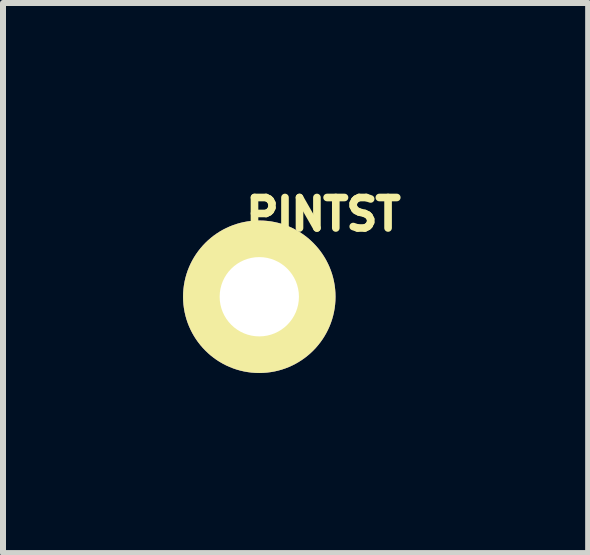
<source format=kicad_pcb>
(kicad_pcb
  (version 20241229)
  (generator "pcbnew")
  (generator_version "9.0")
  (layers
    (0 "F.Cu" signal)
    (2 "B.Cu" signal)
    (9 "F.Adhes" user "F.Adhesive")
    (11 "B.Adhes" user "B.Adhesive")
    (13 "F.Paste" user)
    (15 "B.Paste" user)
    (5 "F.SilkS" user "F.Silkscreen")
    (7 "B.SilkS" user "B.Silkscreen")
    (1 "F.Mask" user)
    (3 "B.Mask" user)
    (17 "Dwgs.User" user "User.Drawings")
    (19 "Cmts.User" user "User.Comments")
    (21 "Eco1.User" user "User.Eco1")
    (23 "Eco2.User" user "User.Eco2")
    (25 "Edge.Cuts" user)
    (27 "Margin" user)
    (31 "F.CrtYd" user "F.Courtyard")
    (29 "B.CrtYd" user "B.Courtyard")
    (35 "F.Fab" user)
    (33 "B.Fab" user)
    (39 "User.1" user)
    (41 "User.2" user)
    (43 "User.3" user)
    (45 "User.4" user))
  (footprint "PINTST"
    (layer "F.Cu")
    (at 1.27 1.894)
    (property "Reference" "PINTST" (at 1.069 -1.374 0) (layer "F.SilkS") (effects (font (size 0.508 0.508) (thickness 0.127))))
    (attr through_hole)
    (fp_circle (center 0 0) (end -0.254 -0.762) (stroke (width 0.127) (type solid)) (fill no) (layer "F.SilkS"))
    (pad "1" thru_hole circle (at 0 0) (size 2.54 2.54) (drill 1.321) (layers "*.Cu" "*.Mask" "F.SilkS")))
  (gr_rect
    (start -3 -3)
    (end 6.749 6.164)
    (stroke (width 0.1) (type default))
    (fill no)
    (layer "Edge.Cuts")))
</source>
